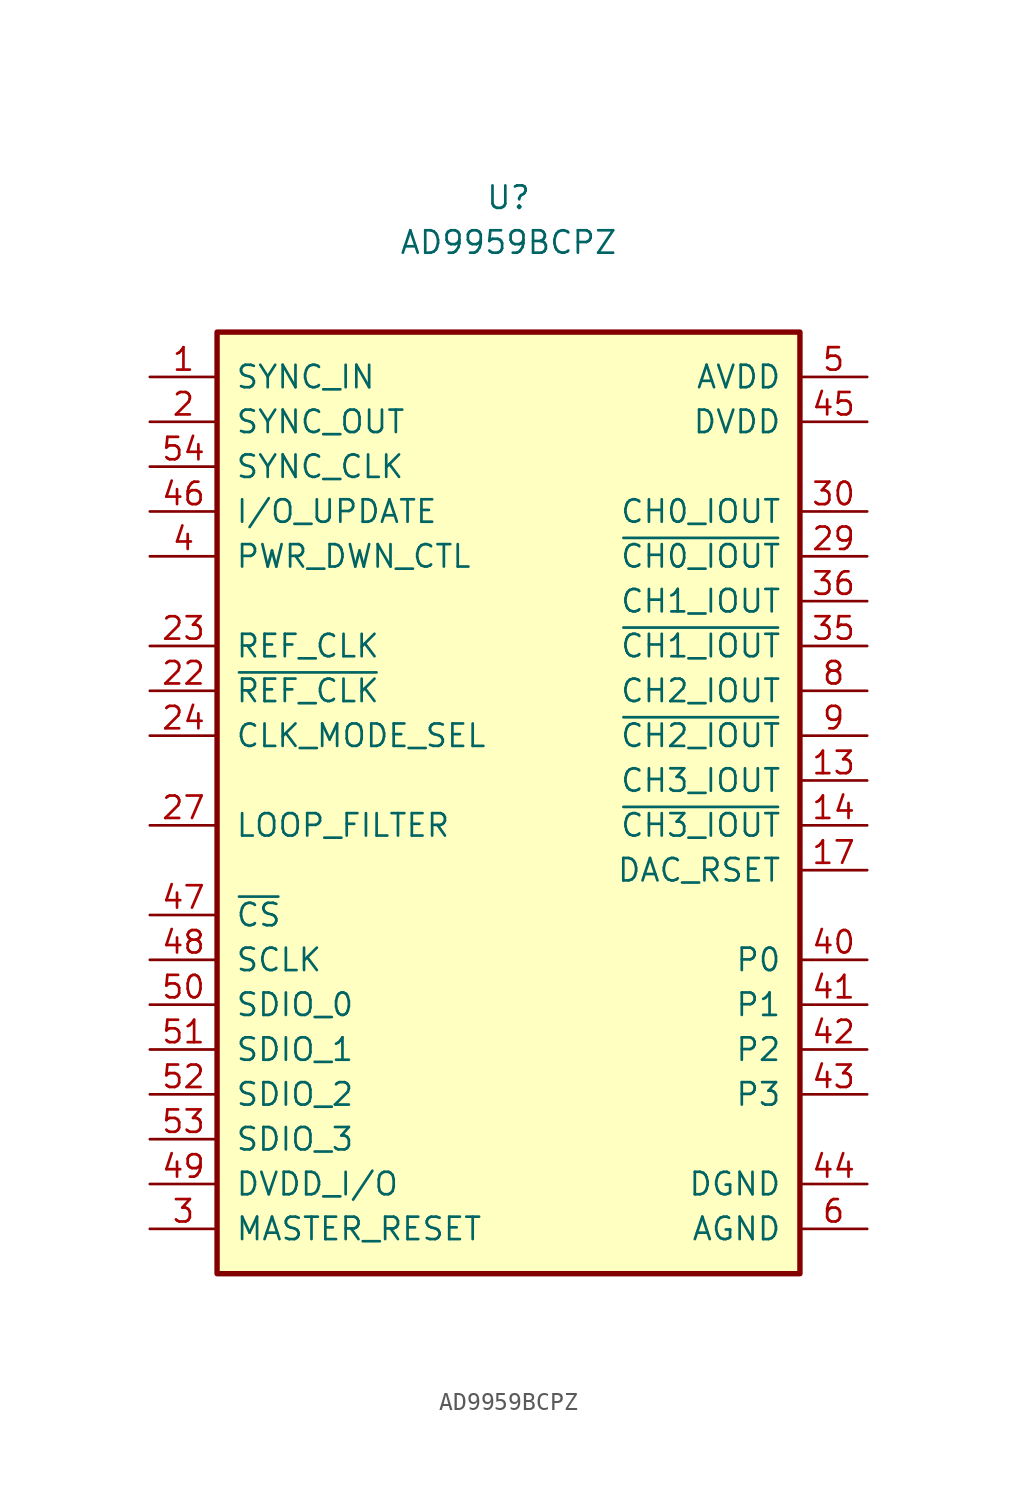
<source format=kicad_sym>
(kicad_symbol_lib
  (version 20211014)
  (generator kicad_symbol_editor)
  (symbol "AD9959BCPZ"
    (pin_names
      (offset 1.016))
    (property "Reference" "U"
      (at 0 33.02 0)
      (effects (font (size 1.27 1.27))))
    (property "Value" "AD9959BCPZ"
      (at 0 30.48 0)
      (effects (font (size 1.27 1.27))))
    (symbol "AD9959BCPZ_0_1"
      (rectangle (start -16.51 25.4) (end 16.51 -27.94) (stroke (width 0.305) (type default) (color 0 0 0 0)) (fill (type background))))
    (symbol "AD9959BCPZ_1_1"
      (pin input line (at -20.32 22.86 0) (length 3.81) (name "SYNC_IN" (effects (font (size 1.27 1.27)))) (number "1" (effects (font (size 1.27 1.27)))))
      (pin power_in line (at 20.32 -25.4 180) (length 3.81) hide (name "AGND" (effects (font (size 1.27 1.27)))) (number "10" (effects (font (size 1.27 1.27)))))
      (pin power_in line (at 20.32 22.86 180) (length 3.81) hide (name "AVDD" (effects (font (size 1.27 1.27)))) (number "11" (effects (font (size 1.27 1.27)))))
      (pin power_in line (at 20.32 -25.4 180) (length 3.81) hide (name "AGND" (effects (font (size 1.27 1.27)))) (number "12" (effects (font (size 1.27 1.27)))))
      (pin output line (at 20.32 0 180) (length 3.81) (name "CH3_IOUT" (effects (font (size 1.27 1.27)))) (number "13" (effects (font (size 1.27 1.27)))))
      (pin output line (at 20.32 -2.54 180) (length 3.81) (name "~{CH3_IOUT}" (effects (font (size 1.27 1.27)))) (number "14" (effects (font (size 1.27 1.27)))))
      (pin power_in line (at 20.32 22.86 180) (length 3.81) hide (name "AVDD" (effects (font (size 1.27 1.27)))) (number "15" (effects (font (size 1.27 1.27)))))
      (pin power_in line (at 20.32 -25.4 180) (length 3.81) hide (name "AGND" (effects (font (size 1.27 1.27)))) (number "16" (effects (font (size 1.27 1.27)))))
      (pin input line (at 20.32 -5.08 180) (length 3.81) (name "DAC_RSET" (effects (font (size 1.27 1.27)))) (number "17" (effects (font (size 1.27 1.27)))))
      (pin power_in line (at 20.32 -25.4 180) (length 3.81) hide (name "AGND" (effects (font (size 1.27 1.27)))) (number "18" (effects (font (size 1.27 1.27)))))
      (pin power_in line (at 20.32 22.86 180) (length 3.81) hide (name "AVDD" (effects (font (size 1.27 1.27)))) (number "19" (effects (font (size 1.27 1.27)))))
      (pin output line (at -20.32 20.32 0) (length 3.81) (name "SYNC_OUT" (effects (font (size 1.27 1.27)))) (number "2" (effects (font (size 1.27 1.27)))))
      (pin power_in line (at 20.32 -25.4 180) (length 3.81) hide (name "AGND" (effects (font (size 1.27 1.27)))) (number "20" (effects (font (size 1.27 1.27)))))
      (pin power_in line (at 20.32 22.86 180) (length 3.81) hide (name "AVDD" (effects (font (size 1.27 1.27)))) (number "21" (effects (font (size 1.27 1.27)))))
      (pin input line (at -20.32 5.08 0) (length 3.81) (name "~{REF_CLK}" (effects (font (size 1.27 1.27)))) (number "22" (effects (font (size 1.27 1.27)))))
      (pin input line (at -20.32 7.62 0) (length 3.81) (name "REF_CLK" (effects (font (size 1.27 1.27)))) (number "23" (effects (font (size 1.27 1.27)))))
      (pin input line (at -20.32 2.54 0) (length 3.81) (name "CLK_MODE_SEL" (effects (font (size 1.27 1.27)))) (number "24" (effects (font (size 1.27 1.27)))))
      (pin power_in line (at 20.32 -25.4 180) (length 3.81) hide (name "AGND" (effects (font (size 1.27 1.27)))) (number "25" (effects (font (size 1.27 1.27)))))
      (pin power_in line (at 20.32 22.86 180) (length 3.81) hide (name "AVDD" (effects (font (size 1.27 1.27)))) (number "26" (effects (font (size 1.27 1.27)))))
      (pin input line (at -20.32 -2.54 0) (length 3.81) (name "LOOP_FILTER" (effects (font (size 1.27 1.27)))) (number "27" (effects (font (size 1.27 1.27)))))
      (pin power_in line (at 20.32 -25.4 180) (length 3.81) hide (name "AGND" (effects (font (size 1.27 1.27)))) (number "28" (effects (font (size 1.27 1.27)))))
      (pin output line (at 20.32 12.7 180) (length 3.81) (name "~{CH0_IOUT}" (effects (font (size 1.27 1.27)))) (number "29" (effects (font (size 1.27 1.27)))))
      (pin input line (at -20.32 -25.4 0) (length 3.81) (name "MASTER_RESET" (effects (font (size 1.27 1.27)))) (number "3" (effects (font (size 1.27 1.27)))))
      (pin output line (at 20.32 15.24 180) (length 3.81) (name "CH0_IOUT" (effects (font (size 1.27 1.27)))) (number "30" (effects (font (size 1.27 1.27)))))
      (pin power_in line (at 20.32 22.86 180) (length 3.81) hide (name "AVDD" (effects (font (size 1.27 1.27)))) (number "31" (effects (font (size 1.27 1.27)))))
      (pin power_in line (at 20.32 -25.4 180) (length 3.81) hide (name "AGND" (effects (font (size 1.27 1.27)))) (number "32" (effects (font (size 1.27 1.27)))))
      (pin power_in line (at 20.32 22.86 180) (length 3.81) hide (name "AVDD" (effects (font (size 1.27 1.27)))) (number "33" (effects (font (size 1.27 1.27)))))
      (pin power_in line (at 20.32 -25.4 180) (length 3.81) hide (name "AGND" (effects (font (size 1.27 1.27)))) (number "34" (effects (font (size 1.27 1.27)))))
      (pin output line (at 20.32 7.62 180) (length 3.81) (name "~{CH1_IOUT}" (effects (font (size 1.27 1.27)))) (number "35" (effects (font (size 1.27 1.27)))))
      (pin output line (at 20.32 10.16 180) (length 3.81) (name "CH1_IOUT" (effects (font (size 1.27 1.27)))) (number "36" (effects (font (size 1.27 1.27)))))
      (pin power_in line (at 20.32 22.86 180) (length 3.81) hide (name "AVDD" (effects (font (size 1.27 1.27)))) (number "37" (effects (font (size 1.27 1.27)))))
      (pin power_in line (at 20.32 -25.4 180) (length 3.81) hide (name "AGND" (effects (font (size 1.27 1.27)))) (number "38" (effects (font (size 1.27 1.27)))))
      (pin power_in line (at 20.32 22.86 180) (length 3.81) hide (name "AVDD" (effects (font (size 1.27 1.27)))) (number "39" (effects (font (size 1.27 1.27)))))
      (pin input line (at -20.32 12.7 0) (length 3.81) (name "PWR_DWN_CTL" (effects (font (size 1.27 1.27)))) (number "4" (effects (font (size 1.27 1.27)))))
      (pin input line (at 20.32 -10.16 180) (length 3.81) (name "P0" (effects (font (size 1.27 1.27)))) (number "40" (effects (font (size 1.27 1.27)))))
      (pin input line (at 20.32 -12.7 180) (length 3.81) (name "P1" (effects (font (size 1.27 1.27)))) (number "41" (effects (font (size 1.27 1.27)))))
      (pin input line (at 20.32 -15.24 180) (length 3.81) (name "P2" (effects (font (size 1.27 1.27)))) (number "42" (effects (font (size 1.27 1.27)))))
      (pin input line (at 20.32 -17.78 180) (length 3.81) (name "P3" (effects (font (size 1.27 1.27)))) (number "43" (effects (font (size 1.27 1.27)))))
      (pin power_in line (at 20.32 -22.86 180) (length 3.81) (name "DGND" (effects (font (size 1.27 1.27)))) (number "44" (effects (font (size 1.27 1.27)))))
      (pin power_in line (at 20.32 20.32 180) (length 3.81) (name "DVDD" (effects (font (size 1.27 1.27)))) (number "45" (effects (font (size 1.27 1.27)))))
      (pin input line (at -20.32 15.24 0) (length 3.81) (name "I/O_UPDATE" (effects (font (size 1.27 1.27)))) (number "46" (effects (font (size 1.27 1.27)))))
      (pin input line (at -20.32 -7.62 0) (length 3.81) (name "~{CS}" (effects (font (size 1.27 1.27)))) (number "47" (effects (font (size 1.27 1.27)))))
      (pin input line (at -20.32 -10.16 0) (length 3.81) (name "SCLK" (effects (font (size 1.27 1.27)))) (number "48" (effects (font (size 1.27 1.27)))))
      (pin input line (at -20.32 -22.86 0) (length 3.81) (name "DVDD_I/O" (effects (font (size 1.27 1.27)))) (number "49" (effects (font (size 1.27 1.27)))))
      (pin power_in line (at 20.32 22.86 180) (length 3.81) (name "AVDD" (effects (font (size 1.27 1.27)))) (number "5" (effects (font (size 1.27 1.27)))))
      (pin bidirectional line (at -20.32 -12.7 0) (length 3.81) (name "SDIO_0" (effects (font (size 1.27 1.27)))) (number "50" (effects (font (size 1.27 1.27)))))
      (pin bidirectional line (at -20.32 -15.24 0) (length 3.81) (name "SDIO_1" (effects (font (size 1.27 1.27)))) (number "51" (effects (font (size 1.27 1.27)))))
      (pin bidirectional line (at -20.32 -17.78 0) (length 3.81) (name "SDIO_2" (effects (font (size 1.27 1.27)))) (number "52" (effects (font (size 1.27 1.27)))))
      (pin bidirectional line (at -20.32 -20.32 0) (length 3.81) (name "SDIO_3" (effects (font (size 1.27 1.27)))) (number "53" (effects (font (size 1.27 1.27)))))
      (pin output line (at -20.32 17.78 0) (length 3.81) (name "SYNC_CLK" (effects (font (size 1.27 1.27)))) (number "54" (effects (font (size 1.27 1.27)))))
      (pin power_in line (at 20.32 20.32 180) (length 3.81) hide (name "DVDD" (effects (font (size 1.27 1.27)))) (number "55" (effects (font (size 1.27 1.27)))))
      (pin power_in line (at 20.32 -22.86 180) (length 3.81) hide (name "DGND" (effects (font (size 1.27 1.27)))) (number "56" (effects (font (size 1.27 1.27)))))
      (pin power_in line (at 20.32 -22.86 180) (length 3.81) hide (name "DGND" (effects (font (size 1.27 1.27)))) (number "57" (effects (font (size 1.27 1.27)))))
      (pin power_in line (at 20.32 -25.4 180) (length 3.81) (name "AGND" (effects (font (size 1.27 1.27)))) (number "6" (effects (font (size 1.27 1.27)))))
      (pin power_in line (at 20.32 22.86 180) (length 3.81) hide (name "AVDD" (effects (font (size 1.27 1.27)))) (number "7" (effects (font (size 1.27 1.27)))))
      (pin output line (at 20.32 5.08 180) (length 3.81) (name "CH2_IOUT" (effects (font (size 1.27 1.27)))) (number "8" (effects (font (size 1.27 1.27)))))
      (pin output line (at 20.32 2.54 180) (length 3.81) (name "~{CH2_IOUT}" (effects (font (size 1.27 1.27)))) (number "9" (effects (font (size 1.27 1.27))))))))
</source>
